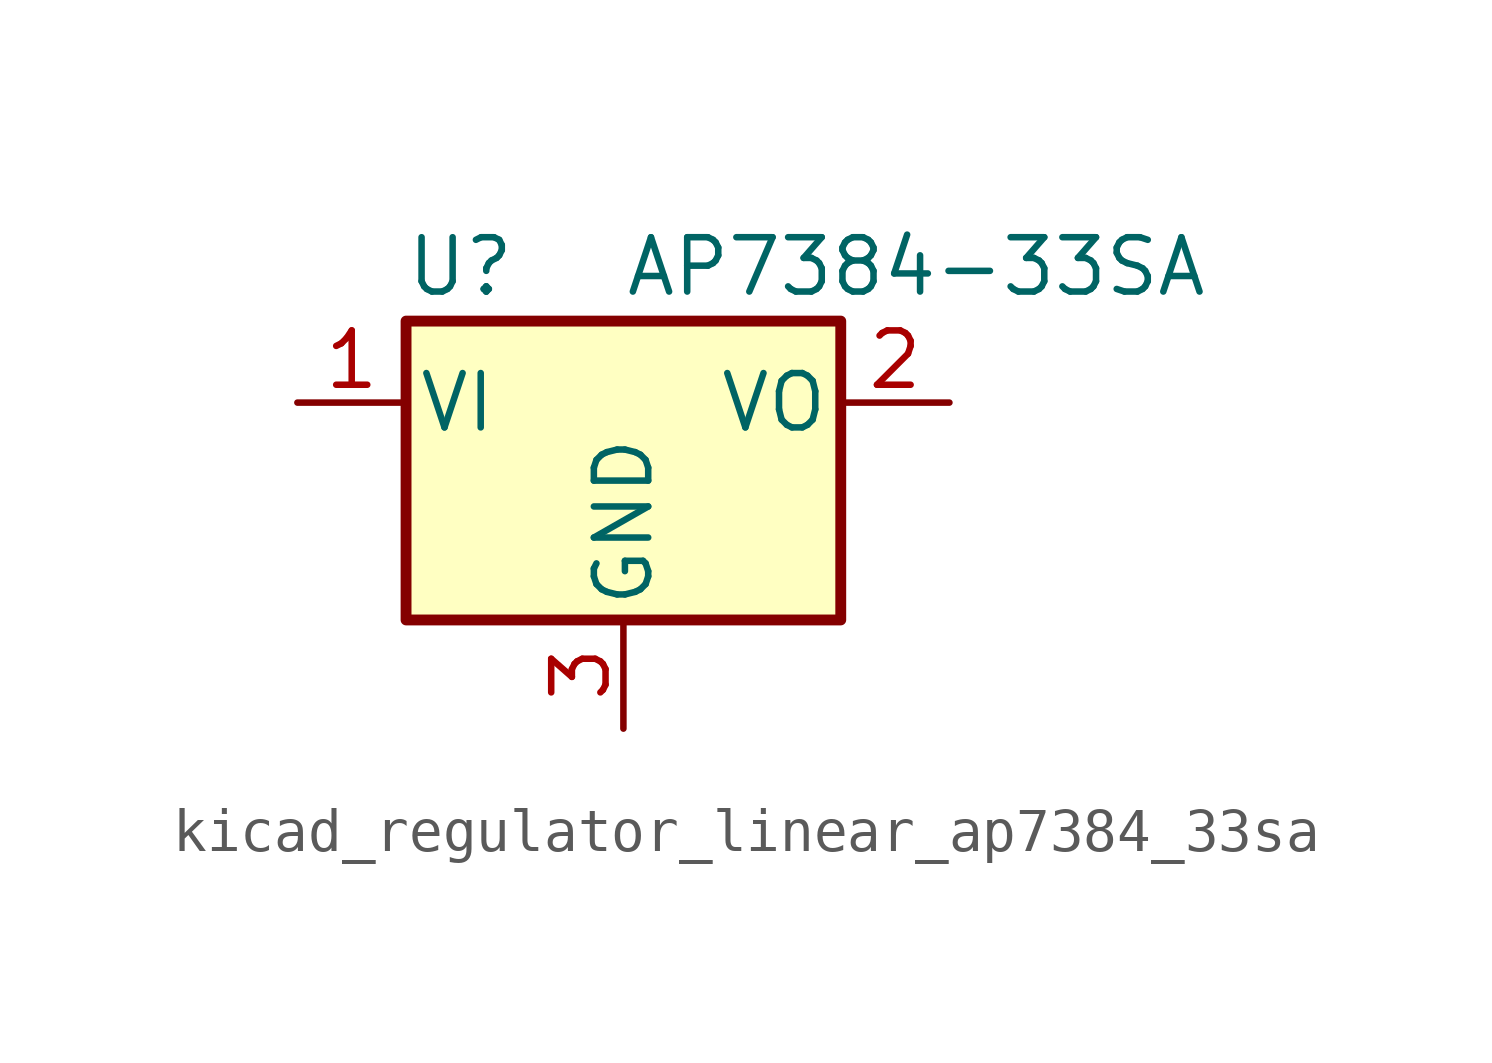
<source format=kicad_sym>
(kicad_symbol_lib
  (version 20220914)
  (generator kicad_symbol_editor)
  (symbol "kicad_regulator_linear_ap7384_33sa"
    (pin_names
      (offset 0.254))
    (property "Reference" "U"
      (at -3.81 3.175 0)
      (effects (font (size 1.27 1.27))))
    (property "Value" "AP7384-33SA"
      (at 0 3.175 0)
      (effects (font (size 1.27 1.27)) (justify left)))
    (symbol "kicad_regulator_linear_ap7384_33sa_0_1"
      (rectangle (start -5.08 1.905) (end 5.08 -5.08) (stroke (width 0.254) (type default)) (fill (type background))))
    (symbol "kicad_regulator_linear_ap7384_33sa_1_1"
      (pin power_in line (at -7.62 0 0) (length 2.54) (name "VI" (effects (font (size 1.27 1.27)))) (number "1" (effects (font (size 1.27 1.27)))))
      (pin power_out line (at 7.62 0 180) (length 2.54) (name "VO" (effects (font (size 1.27 1.27)))) (number "2" (effects (font (size 1.27 1.27)))))
      (pin power_in line (at 0 -7.62 90) (length 2.54) (name "GND" (effects (font (size 1.27 1.27)))) (number "3" (effects (font (size 1.27 1.27))))))))
</source>
